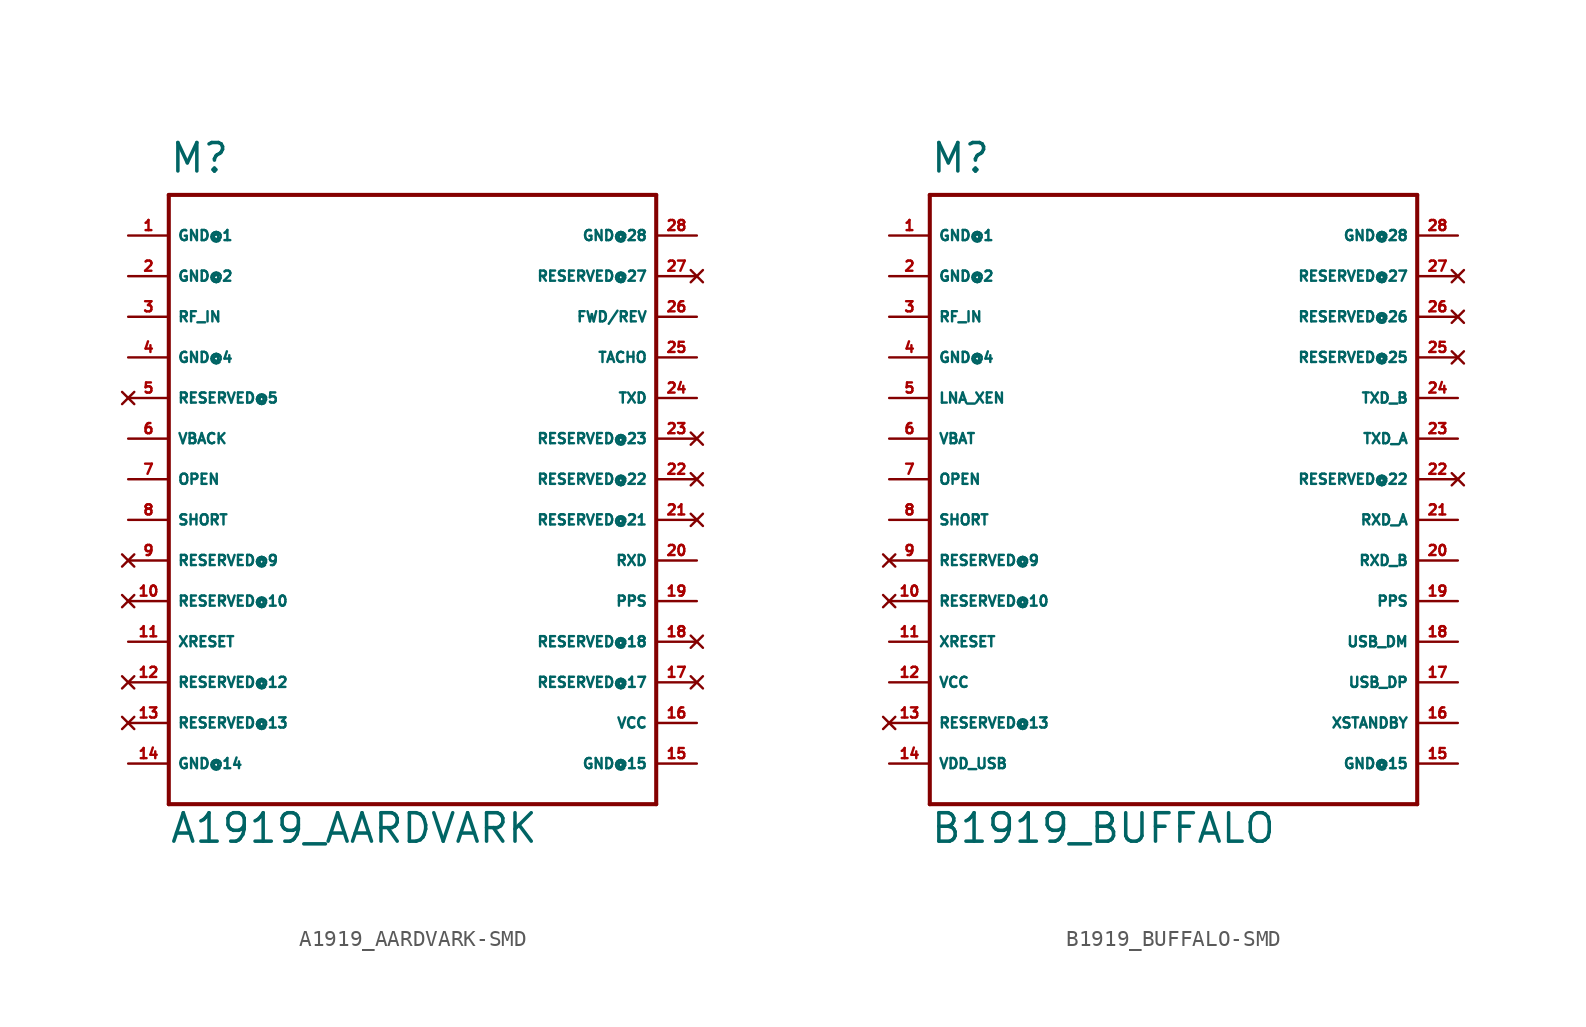
<source format=kicad_sym>
(kicad_symbol_lib
  (version 20220914)
  (generator Eagle2Kicad)
  (symbol "A1919_AARDVARK-SMD"
    (property "Reference" "M"
      (at -15.24 21.59 0)
      (effects (font (size 1.778 1.778) (thickness 0.22)) (justify left bottom)))
    (property "Value" "A1919_AARDVARK"
      (at -15.24 -20.32 0)
      (effects (font (size 1.778 1.778) (thickness 0.22)) (justify left bottom)))
    (polyline
      (pts (xy -15.24 20.32) (xy -15.24 -17.78))
      (stroke (width 0.254) (type default))
      (fill (type none)))
    (polyline
      (pts (xy -15.24 -17.78) (xy 15.24 -17.78))
      (stroke (width 0.254) (type default))
      (fill (type none)))
    (polyline
      (pts (xy 15.24 -17.78) (xy 15.24 20.32))
      (stroke (width 0.254) (type default))
      (fill (type none)))
    (polyline
      (pts (xy 15.24 20.32) (xy -15.24 20.32))
      (stroke (width 0.254) (type default))
      (fill (type none)))
    (pin unspecified line
      (at -17.78 17.78 0)
      (length 2.54)
      (name "GND@1" (effects (font (size 0.635 0.635) (thickness 0.08)) (justify left bottom)))
      (number "1" (effects (font (size 0.635 0.635) (thickness 0.08)) (justify left bottom))))
    (pin unspecified line
      (at -17.78 15.24 0)
      (length 2.54)
      (name "GND@2" (effects (font (size 0.635 0.635) (thickness 0.08)) (justify left bottom)))
      (number "2" (effects (font (size 0.635 0.635) (thickness 0.08)) (justify left bottom))))
    (pin input line
      (at -17.78 12.7 0)
      (length 2.54)
      (name "RF_IN" (effects (font (size 0.635 0.635) (thickness 0.08)) (justify left bottom)))
      (number "3" (effects (font (size 0.635 0.635) (thickness 0.08)) (justify left bottom))))
    (pin unspecified line
      (at -17.78 10.16 0)
      (length 2.54)
      (name "GND@4" (effects (font (size 0.635 0.635) (thickness 0.08)) (justify left bottom)))
      (number "4" (effects (font (size 0.635 0.635) (thickness 0.08)) (justify left bottom))))
    (pin no_connect line
      (at -17.78 7.62 0)
      (length 2.54)
      (name "RESERVED@5" (effects (font (size 0.635 0.635) (thickness 0.08)) (justify left bottom) hide))
      (number "5" (effects (font (size 0.635 0.635) (thickness 0.08)) (justify left bottom) hide)))
    (pin input line
      (at -17.78 5.08 0)
      (length 2.54)
      (name "VBACK" (effects (font (size 0.635 0.635) (thickness 0.08)) (justify left bottom)))
      (number "6" (effects (font (size 0.635 0.635) (thickness 0.08)) (justify left bottom))))
    (pin input line
      (at -17.78 -7.62 0)
      (length 2.54)
      (name "XRESET" (effects (font (size 0.635 0.635) (thickness 0.08)) (justify left bottom)))
      (number "11" (effects (font (size 0.635 0.635) (thickness 0.08)) (justify left bottom))))
    (pin no_connect line
      (at -17.78 -10.16 0)
      (length 2.54)
      (name "RESERVED@12" (effects (font (size 0.635 0.635) (thickness 0.08)) (justify left bottom) hide))
      (number "12" (effects (font (size 0.635 0.635) (thickness 0.08)) (justify left bottom) hide)))
    (pin no_connect line
      (at -17.78 -12.7 0)
      (length 2.54)
      (name "RESERVED@13" (effects (font (size 0.635 0.635) (thickness 0.08)) (justify left bottom) hide))
      (number "13" (effects (font (size 0.635 0.635) (thickness 0.08)) (justify left bottom) hide)))
    (pin unspecified line
      (at -17.78 -15.24 0)
      (length 2.54)
      (name "GND@14" (effects (font (size 0.635 0.635) (thickness 0.08)) (justify left bottom)))
      (number "14" (effects (font (size 0.635 0.635) (thickness 0.08)) (justify left bottom))))
    (pin unspecified line
      (at 17.78 -15.24 180)
      (length 2.54)
      (name "GND@15" (effects (font (size 0.635 0.635) (thickness 0.08)) (justify left bottom)))
      (number "15" (effects (font (size 0.635 0.635) (thickness 0.08)) (justify left bottom))))
    (pin output line
      (at 17.78 -5.08 180)
      (length 2.54)
      (name "PPS" (effects (font (size 0.635 0.635) (thickness 0.08)) (justify left bottom)))
      (number "19" (effects (font (size 0.635 0.635) (thickness 0.08)) (justify left bottom))))
    (pin input line
      (at 17.78 -2.54 180)
      (length 2.54)
      (name "RXD" (effects (font (size 0.635 0.635) (thickness 0.08)) (justify left bottom)))
      (number "20" (effects (font (size 0.635 0.635) (thickness 0.08)) (justify left bottom))))
    (pin output line
      (at 17.78 7.62 180)
      (length 2.54)
      (name "TXD" (effects (font (size 0.635 0.635) (thickness 0.08)) (justify left bottom)))
      (number "24" (effects (font (size 0.635 0.635) (thickness 0.08)) (justify left bottom))))
    (pin no_connect line
      (at 17.78 15.24 180)
      (length 2.54)
      (name "RESERVED@27" (effects (font (size 0.635 0.635) (thickness 0.08)) (justify left bottom) hide))
      (number "27" (effects (font (size 0.635 0.635) (thickness 0.08)) (justify left bottom) hide)))
    (pin unspecified line
      (at 17.78 17.78 180)
      (length 2.54)
      (name "GND@28" (effects (font (size 0.635 0.635) (thickness 0.08)) (justify left bottom)))
      (number "28" (effects (font (size 0.635 0.635) (thickness 0.08)) (justify left bottom))))
    (pin input line
      (at -17.78 2.54 0)
      (length 2.54)
      (name "OPEN" (effects (font (size 0.635 0.635) (thickness 0.08)) (justify left bottom)))
      (number "7" (effects (font (size 0.635 0.635) (thickness 0.08)) (justify left bottom))))
    (pin input line
      (at -17.78 0 0)
      (length 2.54)
      (name "SHORT" (effects (font (size 0.635 0.635) (thickness 0.08)) (justify left bottom)))
      (number "8" (effects (font (size 0.635 0.635) (thickness 0.08)) (justify left bottom))))
    (pin no_connect line
      (at -17.78 -2.54 0)
      (length 2.54)
      (name "RESERVED@9" (effects (font (size 0.635 0.635) (thickness 0.08)) (justify left bottom) hide))
      (number "9" (effects (font (size 0.635 0.635) (thickness 0.08)) (justify left bottom) hide)))
    (pin no_connect line
      (at -17.78 -5.08 0)
      (length 2.54)
      (name "RESERVED@10" (effects (font (size 0.635 0.635) (thickness 0.08)) (justify left bottom) hide))
      (number "10" (effects (font (size 0.635 0.635) (thickness 0.08)) (justify left bottom) hide)))
    (pin unspecified line
      (at 17.78 -12.7 180)
      (length 2.54)
      (name "VCC" (effects (font (size 0.635 0.635) (thickness 0.08)) (justify left bottom)))
      (number "16" (effects (font (size 0.635 0.635) (thickness 0.08)) (justify left bottom))))
    (pin no_connect line
      (at 17.78 -7.62 180)
      (length 2.54)
      (name "RESERVED@18" (effects (font (size 0.635 0.635) (thickness 0.08)) (justify left bottom) hide))
      (number "18" (effects (font (size 0.635 0.635) (thickness 0.08)) (justify left bottom) hide)))
    (pin no_connect line
      (at 17.78 0 180)
      (length 2.54)
      (name "RESERVED@21" (effects (font (size 0.635 0.635) (thickness 0.08)) (justify left bottom) hide))
      (number "21" (effects (font (size 0.635 0.635) (thickness 0.08)) (justify left bottom) hide)))
    (pin no_connect line
      (at 17.78 2.54 180)
      (length 2.54)
      (name "RESERVED@22" (effects (font (size 0.635 0.635) (thickness 0.08)) (justify left bottom) hide))
      (number "22" (effects (font (size 0.635 0.635) (thickness 0.08)) (justify left bottom) hide)))
    (pin no_connect line
      (at 17.78 5.08 180)
      (length 2.54)
      (name "RESERVED@23" (effects (font (size 0.635 0.635) (thickness 0.08)) (justify left bottom) hide))
      (number "23" (effects (font (size 0.635 0.635) (thickness 0.08)) (justify left bottom) hide)))
    (pin input line
      (at 17.78 10.16 180)
      (length 2.54)
      (name "TACHO" (effects (font (size 0.635 0.635) (thickness 0.08)) (justify left bottom)))
      (number "25" (effects (font (size 0.635 0.635) (thickness 0.08)) (justify left bottom))))
    (pin input line
      (at 17.78 12.7 180)
      (length 2.54)
      (name "FWD/REV" (effects (font (size 0.635 0.635) (thickness 0.08)) (justify left bottom)))
      (number "26" (effects (font (size 0.635 0.635) (thickness 0.08)) (justify left bottom))))
    (pin no_connect line
      (at 17.78 -10.16 180)
      (length 2.54)
      (name "RESERVED@17" (effects (font (size 0.635 0.635) (thickness 0.08)) (justify left bottom) hide))
      (number "17" (effects (font (size 0.635 0.635) (thickness 0.08)) (justify left bottom) hide))))
  (symbol "B1919_BUFFALO-SMD"
    (property "Reference" "M"
      (at -15.24 21.59 0)
      (effects (font (size 1.778 1.778) (thickness 0.22)) (justify left bottom)))
    (property "Value" "B1919_BUFFALO"
      (at -15.24 -20.32 0)
      (effects (font (size 1.778 1.778) (thickness 0.22)) (justify left bottom)))
    (polyline
      (pts (xy -15.24 20.32) (xy -15.24 -17.78))
      (stroke (width 0.254) (type default))
      (fill (type none)))
    (polyline
      (pts (xy -15.24 -17.78) (xy 15.24 -17.78))
      (stroke (width 0.254) (type default))
      (fill (type none)))
    (polyline
      (pts (xy 15.24 -17.78) (xy 15.24 20.32))
      (stroke (width 0.254) (type default))
      (fill (type none)))
    (polyline
      (pts (xy 15.24 20.32) (xy -15.24 20.32))
      (stroke (width 0.254) (type default))
      (fill (type none)))
    (pin unspecified line
      (at -17.78 17.78 0)
      (length 2.54)
      (name "GND@1" (effects (font (size 0.635 0.635) (thickness 0.08)) (justify left bottom)))
      (number "1" (effects (font (size 0.635 0.635) (thickness 0.08)) (justify left bottom))))
    (pin unspecified line
      (at -17.78 15.24 0)
      (length 2.54)
      (name "GND@2" (effects (font (size 0.635 0.635) (thickness 0.08)) (justify left bottom)))
      (number "2" (effects (font (size 0.635 0.635) (thickness 0.08)) (justify left bottom))))
    (pin input line
      (at -17.78 12.7 0)
      (length 2.54)
      (name "RF_IN" (effects (font (size 0.635 0.635) (thickness 0.08)) (justify left bottom)))
      (number "3" (effects (font (size 0.635 0.635) (thickness 0.08)) (justify left bottom))))
    (pin unspecified line
      (at -17.78 10.16 0)
      (length 2.54)
      (name "GND@4" (effects (font (size 0.635 0.635) (thickness 0.08)) (justify left bottom)))
      (number "4" (effects (font (size 0.635 0.635) (thickness 0.08)) (justify left bottom))))
    (pin output line
      (at -17.78 7.62 0)
      (length 2.54)
      (name "LNA_XEN" (effects (font (size 0.635 0.635) (thickness 0.08)) (justify left bottom)))
      (number "5" (effects (font (size 0.635 0.635) (thickness 0.08)) (justify left bottom))))
    (pin input line
      (at -17.78 5.08 0)
      (length 2.54)
      (name "VBAT" (effects (font (size 0.635 0.635) (thickness 0.08)) (justify left bottom)))
      (number "6" (effects (font (size 0.635 0.635) (thickness 0.08)) (justify left bottom))))
    (pin input line
      (at -17.78 -7.62 0)
      (length 2.54)
      (name "XRESET" (effects (font (size 0.635 0.635) (thickness 0.08)) (justify left bottom)))
      (number "11" (effects (font (size 0.635 0.635) (thickness 0.08)) (justify left bottom))))
    (pin unspecified line
      (at -17.78 -10.16 0)
      (length 2.54)
      (name "VCC" (effects (font (size 0.635 0.635) (thickness 0.08)) (justify left bottom)))
      (number "12" (effects (font (size 0.635 0.635) (thickness 0.08)) (justify left bottom))))
    (pin no_connect line
      (at -17.78 -12.7 0)
      (length 2.54)
      (name "RESERVED@13" (effects (font (size 0.635 0.635) (thickness 0.08)) (justify left bottom) hide))
      (number "13" (effects (font (size 0.635 0.635) (thickness 0.08)) (justify left bottom) hide)))
    (pin unspecified line
      (at -17.78 -15.24 0)
      (length 2.54)
      (name "VDD_USB" (effects (font (size 0.635 0.635) (thickness 0.08)) (justify left bottom)))
      (number "14" (effects (font (size 0.635 0.635) (thickness 0.08)) (justify left bottom))))
    (pin unspecified line
      (at 17.78 -15.24 180)
      (length 2.54)
      (name "GND@15" (effects (font (size 0.635 0.635) (thickness 0.08)) (justify left bottom)))
      (number "15" (effects (font (size 0.635 0.635) (thickness 0.08)) (justify left bottom))))
    (pin output line
      (at 17.78 -5.08 180)
      (length 2.54)
      (name "PPS" (effects (font (size 0.635 0.635) (thickness 0.08)) (justify left bottom)))
      (number "19" (effects (font (size 0.635 0.635) (thickness 0.08)) (justify left bottom))))
    (pin input line
      (at 17.78 -2.54 180)
      (length 2.54)
      (name "RXD_B" (effects (font (size 0.635 0.635) (thickness 0.08)) (justify left bottom)))
      (number "20" (effects (font (size 0.635 0.635) (thickness 0.08)) (justify left bottom))))
    (pin output line
      (at 17.78 7.62 180)
      (length 2.54)
      (name "TXD_B" (effects (font (size 0.635 0.635) (thickness 0.08)) (justify left bottom)))
      (number "24" (effects (font (size 0.635 0.635) (thickness 0.08)) (justify left bottom))))
    (pin no_connect line
      (at 17.78 15.24 180)
      (length 2.54)
      (name "RESERVED@27" (effects (font (size 0.635 0.635) (thickness 0.08)) (justify left bottom) hide))
      (number "27" (effects (font (size 0.635 0.635) (thickness 0.08)) (justify left bottom) hide)))
    (pin unspecified line
      (at 17.78 17.78 180)
      (length 2.54)
      (name "GND@28" (effects (font (size 0.635 0.635) (thickness 0.08)) (justify left bottom)))
      (number "28" (effects (font (size 0.635 0.635) (thickness 0.08)) (justify left bottom))))
    (pin input line
      (at -17.78 2.54 0)
      (length 2.54)
      (name "OPEN" (effects (font (size 0.635 0.635) (thickness 0.08)) (justify left bottom)))
      (number "7" (effects (font (size 0.635 0.635) (thickness 0.08)) (justify left bottom))))
    (pin input line
      (at -17.78 0 0)
      (length 2.54)
      (name "SHORT" (effects (font (size 0.635 0.635) (thickness 0.08)) (justify left bottom)))
      (number "8" (effects (font (size 0.635 0.635) (thickness 0.08)) (justify left bottom))))
    (pin no_connect line
      (at -17.78 -2.54 0)
      (length 2.54)
      (name "RESERVED@9" (effects (font (size 0.635 0.635) (thickness 0.08)) (justify left bottom) hide))
      (number "9" (effects (font (size 0.635 0.635) (thickness 0.08)) (justify left bottom) hide)))
    (pin no_connect line
      (at -17.78 -5.08 0)
      (length 2.54)
      (name "RESERVED@10" (effects (font (size 0.635 0.635) (thickness 0.08)) (justify left bottom) hide))
      (number "10" (effects (font (size 0.635 0.635) (thickness 0.08)) (justify left bottom) hide)))
    (pin input line
      (at 17.78 -12.7 180)
      (length 2.54)
      (name "XSTANDBY" (effects (font (size 0.635 0.635) (thickness 0.08)) (justify left bottom)))
      (number "16" (effects (font (size 0.635 0.635) (thickness 0.08)) (justify left bottom))))
    (pin bidirectional line
      (at 17.78 -7.62 180)
      (length 2.54)
      (name "USB_DM" (effects (font (size 0.635 0.635) (thickness 0.08)) (justify left bottom)))
      (number "18" (effects (font (size 0.635 0.635) (thickness 0.08)) (justify left bottom))))
    (pin input line
      (at 17.78 0 180)
      (length 2.54)
      (name "RXD_A" (effects (font (size 0.635 0.635) (thickness 0.08)) (justify left bottom)))
      (number "21" (effects (font (size 0.635 0.635) (thickness 0.08)) (justify left bottom))))
    (pin no_connect line
      (at 17.78 2.54 180)
      (length 2.54)
      (name "RESERVED@22" (effects (font (size 0.635 0.635) (thickness 0.08)) (justify left bottom) hide))
      (number "22" (effects (font (size 0.635 0.635) (thickness 0.08)) (justify left bottom) hide)))
    (pin output line
      (at 17.78 5.08 180)
      (length 2.54)
      (name "TXD_A" (effects (font (size 0.635 0.635) (thickness 0.08)) (justify left bottom)))
      (number "23" (effects (font (size 0.635 0.635) (thickness 0.08)) (justify left bottom))))
    (pin no_connect line
      (at 17.78 10.16 180)
      (length 2.54)
      (name "RESERVED@25" (effects (font (size 0.635 0.635) (thickness 0.08)) (justify left bottom) hide))
      (number "25" (effects (font (size 0.635 0.635) (thickness 0.08)) (justify left bottom) hide)))
    (pin no_connect line
      (at 17.78 12.7 180)
      (length 2.54)
      (name "RESERVED@26" (effects (font (size 0.635 0.635) (thickness 0.08)) (justify left bottom) hide))
      (number "26" (effects (font (size 0.635 0.635) (thickness 0.08)) (justify left bottom) hide)))
    (pin bidirectional line
      (at 17.78 -10.16 180)
      (length 2.54)
      (name "USB_DP" (effects (font (size 0.635 0.635) (thickness 0.08)) (justify left bottom)))
      (number "17" (effects (font (size 0.635 0.635) (thickness 0.08)) (justify left bottom))))))
</source>
